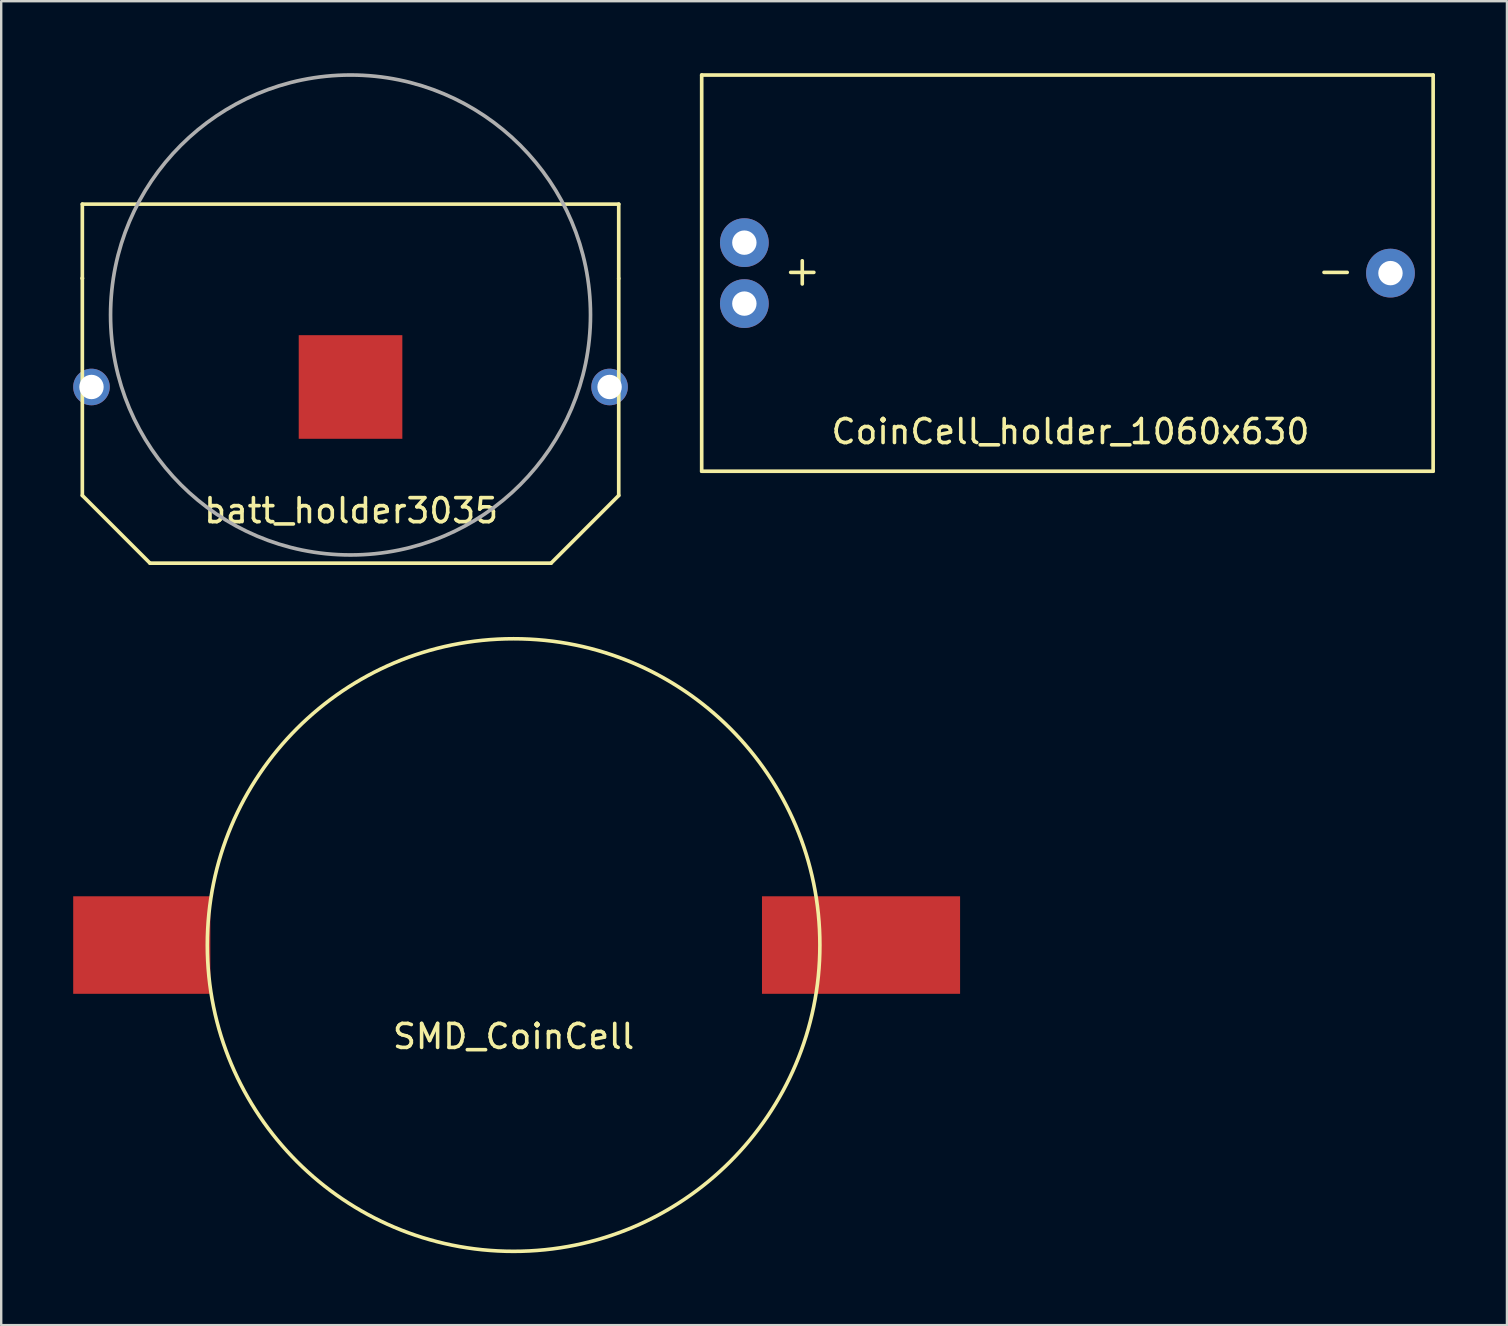
<source format=kicad_pcb>
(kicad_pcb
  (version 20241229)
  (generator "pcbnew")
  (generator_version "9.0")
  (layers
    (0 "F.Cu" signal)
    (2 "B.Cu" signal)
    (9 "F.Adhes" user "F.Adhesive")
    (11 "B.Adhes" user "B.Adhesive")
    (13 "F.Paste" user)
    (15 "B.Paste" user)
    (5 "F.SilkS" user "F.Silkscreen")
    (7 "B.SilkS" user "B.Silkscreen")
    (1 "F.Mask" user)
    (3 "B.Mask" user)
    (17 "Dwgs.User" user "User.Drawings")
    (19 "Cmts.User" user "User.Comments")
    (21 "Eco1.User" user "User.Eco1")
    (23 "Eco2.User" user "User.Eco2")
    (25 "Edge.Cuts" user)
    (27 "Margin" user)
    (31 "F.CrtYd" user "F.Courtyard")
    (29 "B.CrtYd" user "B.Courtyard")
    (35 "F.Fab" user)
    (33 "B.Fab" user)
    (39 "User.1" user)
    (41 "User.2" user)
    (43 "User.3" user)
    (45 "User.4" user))
  (footprint "SMD_CoinCell"
    (layer "F.Cu")
    (at 18.352 36.331)
    (property "Reference" "SMD_CoinCell" (at 0 3.81 0) (layer "F.SilkS") (effects (font (size 1 1) (thickness 0.15))))
    (attr through_hole)
    (fp_circle (center 0 0) (end 12.7 1.27) (stroke (width 0.15) (type solid)) (fill no) (layer "F.SilkS"))
    (pad "1" connect rect (at 14.478 0) (size 8.255 4.064) (layers "F.Cu" "F.Mask"))
    (pad "2" smd rect (at -15.494 0) (size 5.715 4.064) (layers "F.Cu" "F.Mask" "F.Paste")))
  (footprint "batt_holder3035"
    (layer "F.Cu")
    (at 11.557 13.076)
    (property "Reference" "batt_holder3035" (at 0.025 5.156 0) (layer "F.SilkS") (effects (font (size 1 1) (thickness 0.15))))
    (attr through_hole)
    (fp_line (start -11.176 -7.62) (end -11.176 -4.521) (stroke (width 0.152) (type solid)) (layer "F.SilkS"))
    (fp_line (start -11.176 -4.521) (end -11.176 -4.547) (stroke (width 0.152) (type solid)) (layer "F.SilkS"))
    (fp_line (start -11.176 -4.521) (end -11.176 4.521) (stroke (width 0.152) (type solid)) (layer "F.SilkS"))
    (fp_line (start -11.176 4.521) (end -8.357 7.341) (stroke (width 0.152) (type solid)) (layer "F.SilkS"))
    (fp_line (start -8.357 7.341) (end 8.357 7.341) (stroke (width 0.152) (type solid)) (layer "F.SilkS"))
    (fp_line (start 8.357 7.341) (end 11.176 4.521) (stroke (width 0.152) (type solid)) (layer "F.SilkS"))
    (fp_line (start 11.176 -7.62) (end -11.176 -7.62) (stroke (width 0.152) (type solid)) (layer "F.SilkS"))
    (fp_line (start 11.176 -4.521) (end 11.176 -7.62) (stroke (width 0.152) (type solid)) (layer "F.SilkS"))
    (fp_line (start 11.176 4.521) (end 11.176 -4.521) (stroke (width 0.152) (type solid)) (layer "F.SilkS"))
    (fp_circle (center 0 -3) (end 0 -13) (stroke (width 0.152) (type solid)) (fill no) (layer "F.Fab"))
    (pad "1" thru_hole circle (at -10.795 0) (size 1.524 1.524) (drill 1.016) (layers "*.Cu" "*.Mask"))
    (pad "2" thru_hole circle (at 10.795 0) (size 1.524 1.524) (drill 1.016) (layers "*.Cu" "*.Mask"))
    (pad "3" smd rect (at 0 0) (size 4.318 4.318) (layers "F.Cu" "F.Mask" "F.Paste")))
  (footprint "CoinCell_holder_1060x630"
    (layer "F.Cu")
    (at 41.43 8.331)
    (property "Reference" "CoinCell_holder_1060x630" (at 0.127 6.604 0) (layer "F.SilkS") (effects (font (size 1 1) (thickness 0.15))))
    (attr through_hole)
    (fp_line (start -15.24 -8.255) (end -15.24 8.255) (stroke (width 0.152) (type solid)) (layer "F.SilkS"))
    (fp_line (start -15.24 8.255) (end 15.24 8.255) (stroke (width 0.152) (type solid)) (layer "F.SilkS"))
    (fp_line (start 15.24 -8.255) (end -15.24 -8.255) (stroke (width 0.152) (type solid)) (layer "F.SilkS"))
    (fp_line (start 15.24 8.255) (end 15.24 -8.255) (stroke (width 0.152) (type solid)) (layer "F.SilkS"))
    (fp_text user "+" (at -11.049 -0.127 0) (layer "F.SilkS") (effects (font (size 1.27 1.27) (thickness 0.15))))
    (fp_text user "-" (at 11.176 -0.127 0) (layer "F.SilkS") (effects (font (size 1.27 1.27) (thickness 0.15))))
    (pad "1" thru_hole circle (at -13.462 1.27) (size 2.032 2.032) (drill 1.016) (layers "*.Cu" "*.Mask"))
    (pad "2" thru_hole circle (at -13.462 -1.27) (size 2.032 2.032) (drill 1.016) (layers "*.Cu" "*.Mask"))
    (pad "3" thru_hole circle (at 13.462 0) (size 2.032 2.032) (drill 1.016) (layers "*.Cu" "*.Mask")))
  (gr_rect
    (start -3 -3)
    (end 59.746 52.17)
    (stroke (width 0.1) (type default))
    (fill no)
    (layer "Edge.Cuts")))
</source>
